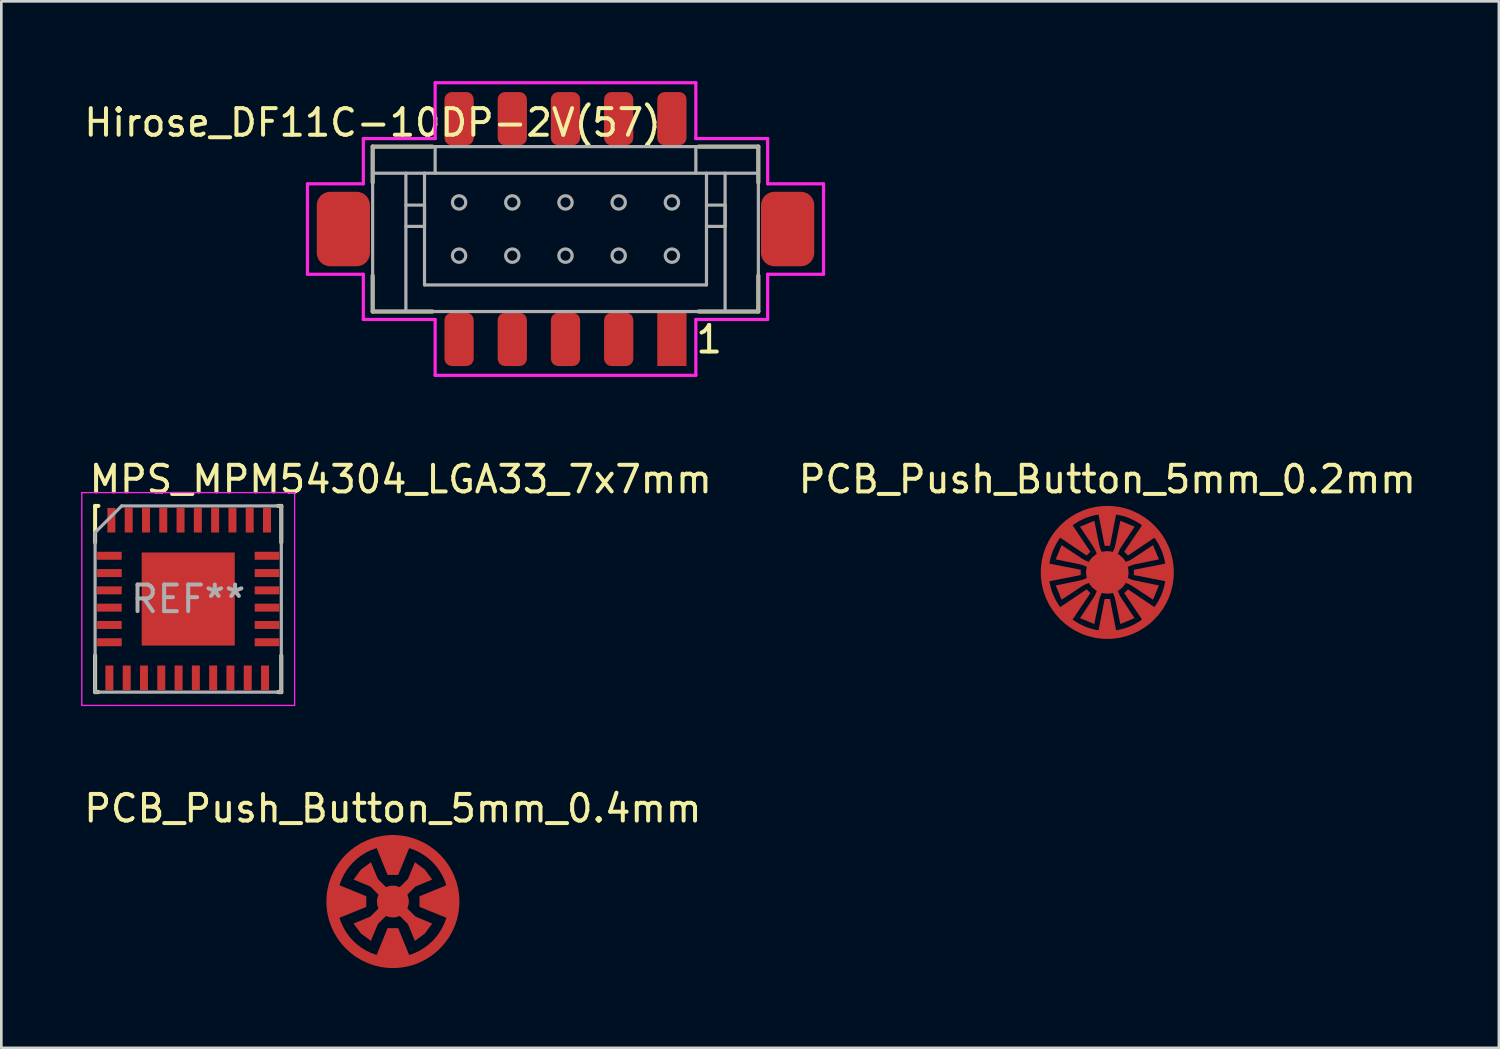
<source format=kicad_pcb>
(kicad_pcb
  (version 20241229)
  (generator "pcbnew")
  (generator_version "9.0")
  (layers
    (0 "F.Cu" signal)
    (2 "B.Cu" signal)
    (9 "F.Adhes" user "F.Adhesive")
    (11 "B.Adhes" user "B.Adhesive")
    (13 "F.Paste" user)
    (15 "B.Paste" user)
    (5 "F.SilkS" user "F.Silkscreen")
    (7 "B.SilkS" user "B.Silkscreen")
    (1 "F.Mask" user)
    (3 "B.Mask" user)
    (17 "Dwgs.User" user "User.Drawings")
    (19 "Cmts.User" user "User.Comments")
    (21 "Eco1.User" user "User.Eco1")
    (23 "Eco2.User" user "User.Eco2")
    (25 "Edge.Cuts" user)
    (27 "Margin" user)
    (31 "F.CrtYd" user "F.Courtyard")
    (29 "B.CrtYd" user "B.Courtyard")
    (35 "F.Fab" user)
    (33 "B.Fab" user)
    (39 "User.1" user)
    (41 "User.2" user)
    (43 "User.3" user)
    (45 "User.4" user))
  (footprint "PCB_Push_Button_5mm_0.2mm"
    (layer "F.Cu")
    (at 38.576 18.468)
    (property "Reference" "PCB_Push_Button_5mm_0.2mm" (at 0 -3.5 0) (layer "F.SilkS") (effects (font (size 1 1) (thickness 0.15))))
    (attr through_hole)
    (fp_line (start 0 0) (end -1.478 -0.612) (stroke (width 0.2) (type solid)) (layer "F.Cu"))
    (fp_line (start 0 0) (end -1.478 0.612) (stroke (width 0.2) (type solid)) (layer "F.Cu"))
    (fp_line (start 0 0) (end -0.612 -1.478) (stroke (width 0.2) (type solid)) (layer "F.Cu"))
    (fp_line (start 0 0) (end -0.612 1.478) (stroke (width 0.2) (type solid)) (layer "F.Cu"))
    (fp_line (start 0 0) (end 0.612 -1.478) (stroke (width 0.2) (type solid)) (layer "F.Cu"))
    (fp_line (start 0 0) (end 0.612 1.478) (stroke (width 0.2) (type solid)) (layer "F.Cu"))
    (fp_line (start 0 0) (end 1.478 -0.612) (stroke (width 0.2) (type solid)) (layer "F.Cu"))
    (fp_line (start 0 0) (end 1.478 0.612) (stroke (width 0.2) (type solid)) (layer "F.Cu"))
    (fp_circle (center 0 0) (end 0.4 0) (stroke (width 0.8) (type solid)) (fill no) (layer "F.Cu"))
    (fp_circle (center 0 0) (end 2.35 0) (stroke (width 0.3) (type solid)) (fill no) (layer "F.Cu"))
    (fp_poly (pts (xy -1 -0.1) (xy -1 0.1) (xy -2.33 0.36) (xy -2.33 -0.36)) (stroke (width 0) (type solid)) (fill yes) (layer "F.Cu"))
    (fp_poly (pts (xy -0.962 0.29) (xy -0.886 0.475) (xy -1.718 1.026) (xy -1.94 0.49)) (stroke (width 0) (type solid)) (fill yes) (layer "F.Cu"))
    (fp_poly (pts (xy -0.886 -0.475) (xy -0.962 -0.29) (xy -1.94 -0.49) (xy -1.718 -1.026)) (stroke (width 0) (type solid)) (fill yes) (layer "F.Cu"))
    (fp_poly (pts (xy -0.778 0.636) (xy -0.636 0.778) (xy -1.393 1.902) (xy -1.902 1.393)) (stroke (width 0) (type solid)) (fill yes) (layer "F.Cu"))
    (fp_poly (pts (xy -0.636 -0.778) (xy -0.778 -0.636) (xy -1.902 -1.393) (xy -1.393 -1.902)) (stroke (width 0) (type solid)) (fill yes) (layer "F.Cu"))
    (fp_poly (pts (xy -0.475 0.886) (xy -0.29 0.962) (xy -0.49 1.94) (xy -1.026 1.718)) (stroke (width 0) (type solid)) (fill yes) (layer "F.Cu"))
    (fp_poly (pts (xy -0.29 -0.962) (xy -0.475 -0.886) (xy -1.026 -1.718) (xy -0.49 -1.94)) (stroke (width 0) (type solid)) (fill yes) (layer "F.Cu"))
    (fp_poly (pts (xy -0.1 1) (xy 0.1 1) (xy 0.36 2.33) (xy -0.36 2.33)) (stroke (width 0) (type solid)) (fill yes) (layer "F.Cu"))
    (fp_poly (pts (xy 0.1 -1) (xy -0.1 -1) (xy -0.36 -2.33) (xy 0.36 -2.33)) (stroke (width 0) (type solid)) (fill yes) (layer "F.Cu"))
    (fp_poly (pts (xy 0.29 0.962) (xy 0.475 0.886) (xy 1.026 1.718) (xy 0.49 1.94)) (stroke (width 0) (type solid)) (fill yes) (layer "F.Cu"))
    (fp_poly (pts (xy 0.475 -0.886) (xy 0.29 -0.962) (xy 0.49 -1.94) (xy 1.026 -1.718)) (stroke (width 0) (type solid)) (fill yes) (layer "F.Cu"))
    (fp_poly (pts (xy 0.636 0.778) (xy 0.778 0.636) (xy 1.902 1.393) (xy 1.393 1.902)) (stroke (width 0) (type solid)) (fill yes) (layer "F.Cu"))
    (fp_poly (pts (xy 0.778 -0.636) (xy 0.636 -0.778) (xy 1.393 -1.902) (xy 1.902 -1.393)) (stroke (width 0) (type solid)) (fill yes) (layer "F.Cu"))
    (fp_poly (pts (xy 0.886 0.475) (xy 0.962 0.29) (xy 1.94 0.49) (xy 1.718 1.026)) (stroke (width 0) (type solid)) (fill yes) (layer "F.Cu"))
    (fp_poly (pts (xy 0.962 -0.29) (xy 0.886 -0.475) (xy 1.718 -1.026) (xy 1.94 -0.49)) (stroke (width 0) (type solid)) (fill yes) (layer "F.Cu"))
    (fp_poly (pts (xy 1 0.1) (xy 1 -0.1) (xy 2.33 -0.36) (xy 2.33 0.36)) (stroke (width 0) (type solid)) (fill yes) (layer "F.Cu"))
    (fp_circle (center 0 0) (end 1 0) (stroke (width 2.6) (type solid)) (fill no) (layer "F.Mask"))
    (pad "1" smd circle (at 0 0) (size 0.6 0.6) (layers "F.Cu"))
    (pad "2" smd circle (at 0 -2.2) (size 0.6 0.6) (layers "F.Cu")))
  (footprint "PCB_Push_Button_5mm_0.4mm"
    (layer "F.Cu")
    (at 11.72 30.841)
    (property "Reference" "PCB_Push_Button_5mm_0.4mm" (at 0 -3.5 0) (layer "F.SilkS") (effects (font (size 1 1) (thickness 0.15))))
    (attr through_hole)
    (fp_line (start 0 0) (end -1 -1) (stroke (width 0.4) (type solid)) (layer "F.Cu"))
    (fp_line (start 0 0) (end -1 1) (stroke (width 0.4) (type solid)) (layer "F.Cu"))
    (fp_line (start 0 0) (end 1 -1) (stroke (width 0.4) (type solid)) (layer "F.Cu"))
    (fp_line (start 0 0) (end 1 1) (stroke (width 0.4) (type solid)) (layer "F.Cu"))
    (fp_circle (center 0 0) (end 0.3 0) (stroke (width 0.6) (type solid)) (fill no) (layer "F.Cu"))
    (fp_circle (center 0 0) (end 2.3 0) (stroke (width 0.4) (type solid)) (fill no) (layer "F.Cu"))
    (fp_poly (pts (xy -2.3 -0.73) (xy -1 -0.2) (xy -1 0.2) (xy -2.3 0.73)) (stroke (width 0) (type solid)) (fill yes) (layer "F.Cu"))
    (fp_poly (pts (xy -0.73 2.3) (xy -0.2 1) (xy 0.2 1) (xy 0.73 2.3)) (stroke (width 0) (type solid)) (fill yes) (layer "F.Cu"))
    (fp_poly (pts (xy 0.73 -2.3) (xy 0.2 -1) (xy -0.2 -1) (xy -0.73 -2.3)) (stroke (width 0) (type solid)) (fill yes) (layer "F.Cu"))
    (fp_poly (pts (xy 2.3 0.73) (xy 1 0.2) (xy 1 -0.2) (xy 2.3 -0.73)) (stroke (width 0) (type solid)) (fill yes) (layer "F.Cu"))
    (fp_poly (pts (xy -1.478 0.827) (xy -0.849 0.566) (xy -0.566 0.849) (xy -0.827 1.478) (xy -1.202 1.202)) (stroke (width 0) (type solid)) (fill yes) (layer "F.Cu"))
    (fp_poly (pts (xy -0.827 -1.478) (xy -0.566 -0.849) (xy -0.849 -0.566) (xy -1.478 -0.827) (xy -1.202 -1.202)) (stroke (width 0) (type solid)) (fill yes) (layer "F.Cu"))
    (fp_poly (pts (xy 0.827 1.478) (xy 0.566 0.849) (xy 0.849 0.566) (xy 1.478 0.827) (xy 1.202 1.202)) (stroke (width 0) (type solid)) (fill yes) (layer "F.Cu"))
    (fp_poly (pts (xy 1.478 -0.827) (xy 0.849 -0.566) (xy 0.566 -0.849) (xy 0.827 -1.478) (xy 1.202 -1.202)) (stroke (width 0) (type solid)) (fill yes) (layer "F.Cu"))
    (fp_circle (center 0 0) (end 1 0) (stroke (width 2.6) (type solid)) (fill no) (layer "F.Mask"))
    (pad "1" smd circle (at 0 0) (size 0.6 0.6) (layers "F.Cu"))
    (pad "2" smd circle (at 0 -2.2) (size 0.6 0.6) (layers "F.Cu")))
  (footprint "Hirose_DF11C-10DP-2V(57)"
    (layer "F.Cu")
    (at 18.208 5.56)
    (property "Reference" "Hirose_DF11C-10DP-2V(57)" (at -7.25 -4 0) (layer "F.SilkS") (effects (font (size 1 1) (thickness 0.15))))
    (attr smd)
    (fp_line (start -7.25 -3.1) (end -7.25 -1.75) (stroke (width 0.15) (type solid)) (layer "F.SilkS"))
    (fp_line (start -7.25 -3.1) (end -5 -3.1) (stroke (width 0.15) (type solid)) (layer "F.SilkS"))
    (fp_line (start -7.25 1.75) (end -7.25 3.1) (stroke (width 0.15) (type solid)) (layer "F.SilkS"))
    (fp_line (start -7.25 3.1) (end -5 3.1) (stroke (width 0.15) (type solid)) (layer "F.SilkS"))
    (fp_line (start 5 -3.1) (end 7.25 -3.1) (stroke (width 0.15) (type solid)) (layer "F.SilkS"))
    (fp_line (start 5 3.1) (end 7.25 3.1) (stroke (width 0.15) (type solid)) (layer "F.SilkS"))
    (fp_line (start 7.25 -3.1) (end 7.25 -1.75) (stroke (width 0.15) (type solid)) (layer "F.SilkS"))
    (fp_line (start 7.25 3.1) (end 7.25 1.75) (stroke (width 0.15) (type solid)) (layer "F.SilkS"))
    (fp_line (start -9.7 -1.7) (end -7.6 -1.7) (stroke (width 0.12) (type solid)) (layer "F.CrtYd"))
    (fp_line (start -9.7 1.7) (end -9.7 -1.7) (stroke (width 0.12) (type solid)) (layer "F.CrtYd"))
    (fp_line (start -7.6 -3.4) (end -4.9 -3.4) (stroke (width 0.12) (type solid)) (layer "F.CrtYd"))
    (fp_line (start -7.6 -1.7) (end -7.6 -3.4) (stroke (width 0.12) (type solid)) (layer "F.CrtYd"))
    (fp_line (start -7.6 1.7) (end -9.7 1.7) (stroke (width 0.12) (type solid)) (layer "F.CrtYd"))
    (fp_line (start -7.6 3.4) (end -7.6 1.7) (stroke (width 0.12) (type solid)) (layer "F.CrtYd"))
    (fp_line (start -4.9 -5.5) (end 4.9 -5.5) (stroke (width 0.12) (type solid)) (layer "F.CrtYd"))
    (fp_line (start -4.9 -3.4) (end -4.9 -5.5) (stroke (width 0.12) (type solid)) (layer "F.CrtYd"))
    (fp_line (start -4.9 3.4) (end -7.6 3.4) (stroke (width 0.12) (type solid)) (layer "F.CrtYd"))
    (fp_line (start -4.9 5.5) (end -4.9 3.4) (stroke (width 0.12) (type solid)) (layer "F.CrtYd"))
    (fp_line (start 4.9 -5.5) (end 4.9 -3.4) (stroke (width 0.12) (type solid)) (layer "F.CrtYd"))
    (fp_line (start 4.9 -3.4) (end 7.6 -3.4) (stroke (width 0.12) (type solid)) (layer "F.CrtYd"))
    (fp_line (start 4.9 3.4) (end 4.9 5.5) (stroke (width 0.12) (type solid)) (layer "F.CrtYd"))
    (fp_line (start 4.9 5.5) (end -4.9 5.5) (stroke (width 0.12) (type solid)) (layer "F.CrtYd"))
    (fp_line (start 7.6 -3.4) (end 7.6 -1.7) (stroke (width 0.12) (type solid)) (layer "F.CrtYd"))
    (fp_line (start 7.6 -1.7) (end 9.7 -1.7) (stroke (width 0.12) (type solid)) (layer "F.CrtYd"))
    (fp_line (start 7.6 1.7) (end 7.6 3.4) (stroke (width 0.12) (type solid)) (layer "F.CrtYd"))
    (fp_line (start 7.6 3.4) (end 4.9 3.4) (stroke (width 0.12) (type solid)) (layer "F.CrtYd"))
    (fp_line (start 9.7 -1.7) (end 9.7 1.7) (stroke (width 0.12) (type solid)) (layer "F.CrtYd"))
    (fp_line (start 9.7 1.7) (end 7.6 1.7) (stroke (width 0.12) (type solid)) (layer "F.CrtYd"))
    (fp_line (start -7.25 -3.1) (end 7.25 -3.1) (stroke (width 0.12) (type solid)) (layer "F.Fab"))
    (fp_line (start -7.25 -2.1) (end 7.25 -2.1) (stroke (width 0.12) (type solid)) (layer "F.Fab"))
    (fp_line (start -7.25 3.1) (end -7.25 -3.1) (stroke (width 0.12) (type solid)) (layer "F.Fab"))
    (fp_line (start -6 -2.1) (end -6 3.1) (stroke (width 0.12) (type solid)) (layer "F.Fab"))
    (fp_line (start -6 -0.9) (end -5.3 -0.9) (stroke (width 0.12) (type solid)) (layer "F.Fab"))
    (fp_line (start -5.3 -0.9) (end -5.3 -0.1) (stroke (width 0.12) (type solid)) (layer "F.Fab"))
    (fp_line (start -5.3 -0.1) (end -6 -0.1) (stroke (width 0.12) (type solid)) (layer "F.Fab"))
    (fp_line (start -5.3 2.1) (end -5.3 -2.1) (stroke (width 0.12) (type solid)) (layer "F.Fab"))
    (fp_line (start -4.9 -3.1) (end -4.9 -2.1) (stroke (width 0.12) (type solid)) (layer "F.Fab"))
    (fp_line (start 4.9 -3.1) (end 4.9 -2.1) (stroke (width 0.12) (type solid)) (layer "F.Fab"))
    (fp_line (start 5.3 -2.1) (end 5.3 2.1) (stroke (width 0.12) (type solid)) (layer "F.Fab"))
    (fp_line (start 5.3 -0.9) (end 6 -0.9) (stroke (width 0.12) (type solid)) (layer "F.Fab"))
    (fp_line (start 5.3 2.1) (end -5.3 2.1) (stroke (width 0.12) (type solid)) (layer "F.Fab"))
    (fp_line (start 6 -2.1) (end 6 3.1) (stroke (width 0.12) (type solid)) (layer "F.Fab"))
    (fp_line (start 6 -0.9) (end 6 -0.1) (stroke (width 0.12) (type solid)) (layer "F.Fab"))
    (fp_line (start 6 -0.1) (end 5.3 -0.1) (stroke (width 0.12) (type solid)) (layer "F.Fab"))
    (fp_line (start 7.25 -3.1) (end 7.25 3.1) (stroke (width 0.12) (type solid)) (layer "F.Fab"))
    (fp_line (start 7.25 3.1) (end -7.25 3.1) (stroke (width 0.12) (type solid)) (layer "F.Fab"))
    (fp_circle (center -4 -1) (end -3.75 -1) (stroke (width 0.12) (type solid)) (fill no) (layer "F.Fab"))
    (fp_circle (center -4 1) (end -4 0.75) (stroke (width 0.12) (type solid)) (fill no) (layer "F.Fab"))
    (fp_circle (center -2 -1) (end -1.75 -1) (stroke (width 0.12) (type solid)) (fill no) (layer "F.Fab"))
    (fp_circle (center -2 1) (end -2 0.75) (stroke (width 0.12) (type solid)) (fill no) (layer "F.Fab"))
    (fp_circle (center 0 -1) (end 0.25 -1) (stroke (width 0.12) (type solid)) (fill no) (layer "F.Fab"))
    (fp_circle (center 0 1) (end 0 0.75) (stroke (width 0.12) (type solid)) (fill no) (layer "F.Fab"))
    (fp_circle (center 2 -1) (end 2.25 -1) (stroke (width 0.12) (type solid)) (fill no) (layer "F.Fab"))
    (fp_circle (center 2 1) (end 2 0.75) (stroke (width 0.12) (type solid)) (fill no) (layer "F.Fab"))
    (fp_circle (center 4 -1) (end 4 -0.75) (stroke (width 0.12) (type solid)) (fill no) (layer "F.Fab"))
    (fp_circle (center 4 1) (end 3.75 1) (stroke (width 0.12) (type solid)) (fill no) (layer "F.Fab"))
    (fp_text user "1" (at 5.4 4.15 0) (layer "F.SilkS") (effects (font (size 1 1) (thickness 0.15))))
    (pad "1" smd rect (at 4 4.15) (size 1.1 2) (layers "F.Cu" "F.Mask" "F.Paste"))
    (pad "2" smd roundrect (at 4 -4.15) (size 1.1 2) (layers "F.Cu" "F.Mask" "F.Paste") (roundrect_rratio 0.25))
    (pad "3" smd roundrect (at 2 4.15) (size 1.1 2) (layers "F.Cu" "F.Mask" "F.Paste") (roundrect_rratio 0.25))
    (pad "4" smd roundrect (at 2 -4.15) (size 1.1 2) (layers "F.Cu" "F.Mask" "F.Paste") (roundrect_rratio 0.25))
    (pad "5" smd roundrect (at 0 4.15) (size 1.1 2) (layers "F.Cu" "F.Mask" "F.Paste") (roundrect_rratio 0.25))
    (pad "6" smd roundrect (at 0 -4.15) (size 1.1 2) (layers "F.Cu" "F.Mask" "F.Paste") (roundrect_rratio 0.25))
    (pad "7" smd roundrect (at -2 4.15) (size 1.1 2) (layers "F.Cu" "F.Mask" "F.Paste") (roundrect_rratio 0.25))
    (pad "8" smd roundrect (at -2 -4.15) (size 1.1 2) (layers "F.Cu" "F.Mask" "F.Paste") (roundrect_rratio 0.25))
    (pad "9" smd roundrect (at -4 4.15) (size 1.1 2) (layers "F.Cu" "F.Mask" "F.Paste") (roundrect_rratio 0.25))
    (pad "10" smd roundrect (at -4 -4.15) (size 1.1 2) (layers "F.Cu" "F.Mask" "F.Paste") (roundrect_rratio 0.25))
    (pad "MP" smd roundrect (at -8.35 0) (size 2 2.8) (layers "F.Cu" "F.Mask" "F.Paste") (roundrect_rratio 0.25))
    (pad "MP" smd roundrect (at 8.35 0) (size 2 2.8) (layers "F.Cu" "F.Mask" "F.Paste") (roundrect_rratio 0.25)))
  (footprint "MPS_MPM54304_LGA33_7x7mm"
    (layer "F.Cu")
    (at 4.025 19.468)
    (property "Reference" "MPS_MPM54304_LGA33_7x7mm" (at -3.8 -4.5 0) (layer "F.SilkS") (effects (font (size 1 1) (thickness 0.15)) (justify left)))
    (attr smd)
    (fp_line (start -3.5 -3.5) (end -3.5 -2.125) (stroke (width 0.15) (type solid)) (layer "F.SilkS"))
    (fp_line (start -3.5 -3.5) (end -3.375 -3.5) (stroke (width 0.15) (type solid)) (layer "F.SilkS"))
    (fp_line (start -3.5 2.125) (end -3.5 3.5) (stroke (width 0.15) (type solid)) (layer "F.SilkS"))
    (fp_line (start -3.5 3.5) (end -3.375 3.5) (stroke (width 0.15) (type solid)) (layer "F.SilkS"))
    (fp_line (start 3.375 -3.5) (end 3.5 -3.5) (stroke (width 0.15) (type solid)) (layer "F.SilkS"))
    (fp_line (start 3.5 -3.5) (end 3.5 -2.125) (stroke (width 0.15) (type solid)) (layer "F.SilkS"))
    (fp_line (start 3.5 3.5) (end 3.375 3.5) (stroke (width 0.15) (type solid)) (layer "F.SilkS"))
    (fp_line (start 3.5 3.5) (end 3.5 2.125) (stroke (width 0.15) (type solid)) (layer "F.SilkS"))
    (fp_line (start -4 -4) (end 4 -4) (stroke (width 0.05) (type solid)) (layer "F.CrtYd"))
    (fp_line (start -4 4) (end -4 -4) (stroke (width 0.05) (type solid)) (layer "F.CrtYd"))
    (fp_line (start 4 -4) (end 4 4) (stroke (width 0.05) (type solid)) (layer "F.CrtYd"))
    (fp_line (start 4 4) (end -4 4) (stroke (width 0.05) (type solid)) (layer "F.CrtYd"))
    (fp_line (start -3.5 -2.5) (end -2.5 -3.5) (stroke (width 0.12) (type solid)) (layer "F.Fab"))
    (fp_line (start -3.5 3.5) (end -3.5 -2.5) (stroke (width 0.12) (type solid)) (layer "F.Fab"))
    (fp_line (start -2.5 -3.5) (end 3.5 -3.5) (stroke (width 0.12) (type solid)) (layer "F.Fab"))
    (fp_line (start 3.5 -3.5) (end 3.5 3.5) (stroke (width 0.12) (type solid)) (layer "F.Fab"))
    (fp_line (start 3.5 3.5) (end -3.5 3.5) (stroke (width 0.12) (type solid)) (layer "F.Fab"))
    (fp_text user "REF**" (at 0 0 0) (layer "F.Fab") (effects (font (size 1 1) (thickness 0.15))))
    (pad "1" smd rect (at -2.962 -1.625) (size 0.925 0.3) (layers "F.Cu" "F.Mask" "F.Paste"))
    (pad "2" smd rect (at -2.962 -0.975) (size 0.925 0.3) (layers "F.Cu" "F.Mask" "F.Paste"))
    (pad "3" smd rect (at -2.962 -0.325) (size 0.925 0.3) (layers "F.Cu" "F.Mask" "F.Paste"))
    (pad "4" smd rect (at -2.962 0.325) (size 0.925 0.3) (layers "F.Cu" "F.Mask" "F.Paste"))
    (pad "5" smd rect (at -2.962 0.975) (size 0.925 0.3) (layers "F.Cu" "F.Mask" "F.Paste"))
    (pad "6" smd rect (at -2.962 1.625) (size 0.925 0.3) (layers "F.Cu" "F.Mask" "F.Paste"))
    (pad "7" smd rect (at -2.962 2.962 90) (size 0.925 0.3) (layers "F.Cu" "F.Mask" "F.Paste"))
    (pad "8" smd rect (at -2.312 2.962 90) (size 0.925 0.3) (layers "F.Cu" "F.Mask" "F.Paste"))
    (pad "9" smd rect (at -1.663 2.962 90) (size 0.925 0.3) (layers "F.Cu" "F.Mask" "F.Paste"))
    (pad "10" smd rect (at -1.012 2.962 90) (size 0.925 0.3) (layers "F.Cu" "F.Mask" "F.Paste"))
    (pad "11" smd rect (at -0.362 2.962 90) (size 0.925 0.3) (layers "F.Cu" "F.Mask" "F.Paste"))
    (pad "12" smd rect (at 0.287 2.962 90) (size 0.925 0.3) (layers "F.Cu" "F.Mask" "F.Paste"))
    (pad "13" smd rect (at 0.938 2.962 90) (size 0.925 0.3) (layers "F.Cu" "F.Mask" "F.Paste"))
    (pad "14" smd rect (at 1.587 2.962 90) (size 0.925 0.3) (layers "F.Cu" "F.Mask" "F.Paste"))
    (pad "15" smd rect (at 2.237 2.962 90) (size 0.925 0.3) (layers "F.Cu" "F.Mask" "F.Paste"))
    (pad "16" smd rect (at 2.888 2.962 90) (size 0.925 0.3) (layers "F.Cu" "F.Mask" "F.Paste"))
    (pad "17" smd rect (at 2.962 1.625 180) (size 0.925 0.3) (layers "F.Cu" "F.Mask" "F.Paste"))
    (pad "18" smd rect (at 2.962 0.975 180) (size 0.925 0.3) (layers "F.Cu" "F.Mask" "F.Paste"))
    (pad "19" smd rect (at 2.962 0.325 180) (size 0.925 0.3) (layers "F.Cu" "F.Mask" "F.Paste"))
    (pad "20" smd rect (at 2.962 -0.325 180) (size 0.925 0.3) (layers "F.Cu" "F.Mask" "F.Paste"))
    (pad "21" smd rect (at 2.962 -0.975 180) (size 0.925 0.3) (layers "F.Cu" "F.Mask" "F.Paste"))
    (pad "22" smd rect (at 2.962 -1.625 180) (size 0.925 0.3) (layers "F.Cu" "F.Mask" "F.Paste"))
    (pad "23" smd rect (at 2.962 -2.962 270) (size 0.925 0.3) (layers "F.Cu" "F.Mask" "F.Paste"))
    (pad "24" smd rect (at 2.312 -2.962 270) (size 0.925 0.3) (layers "F.Cu" "F.Mask" "F.Paste"))
    (pad "25" smd rect (at 1.663 -2.962 270) (size 0.925 0.3) (layers "F.Cu" "F.Mask" "F.Paste"))
    (pad "26" smd rect (at 1.012 -2.962 270) (size 0.925 0.3) (layers "F.Cu" "F.Mask" "F.Paste"))
    (pad "27" smd rect (at 0.362 -2.962 270) (size 0.925 0.3) (layers "F.Cu" "F.Mask" "F.Paste"))
    (pad "28" smd rect (at -0.287 -2.962 270) (size 0.925 0.3) (layers "F.Cu" "F.Mask" "F.Paste"))
    (pad "29" smd rect (at -0.938 -2.962 270) (size 0.925 0.3) (layers "F.Cu" "F.Mask" "F.Paste"))
    (pad "30" smd rect (at -1.587 -2.962 270) (size 0.925 0.3) (layers "F.Cu" "F.Mask" "F.Paste"))
    (pad "31" smd rect (at -2.237 -2.962 270) (size 0.925 0.3) (layers "F.Cu" "F.Mask" "F.Paste"))
    (pad "32" smd rect (at -2.888 -2.962 270) (size 0.925 0.3) (layers "F.Cu" "F.Mask" "F.Paste"))
    (pad "33" smd rect (at 0 0) (size 3.5 3.5) (layers "F.Cu" "F.Mask" "F.Paste")))
  (gr_rect
    (start -3 -3)
    (end 53.296 36.342)
    (stroke (width 0.1) (type default))
    (fill no)
    (layer "Edge.Cuts")))
</source>
